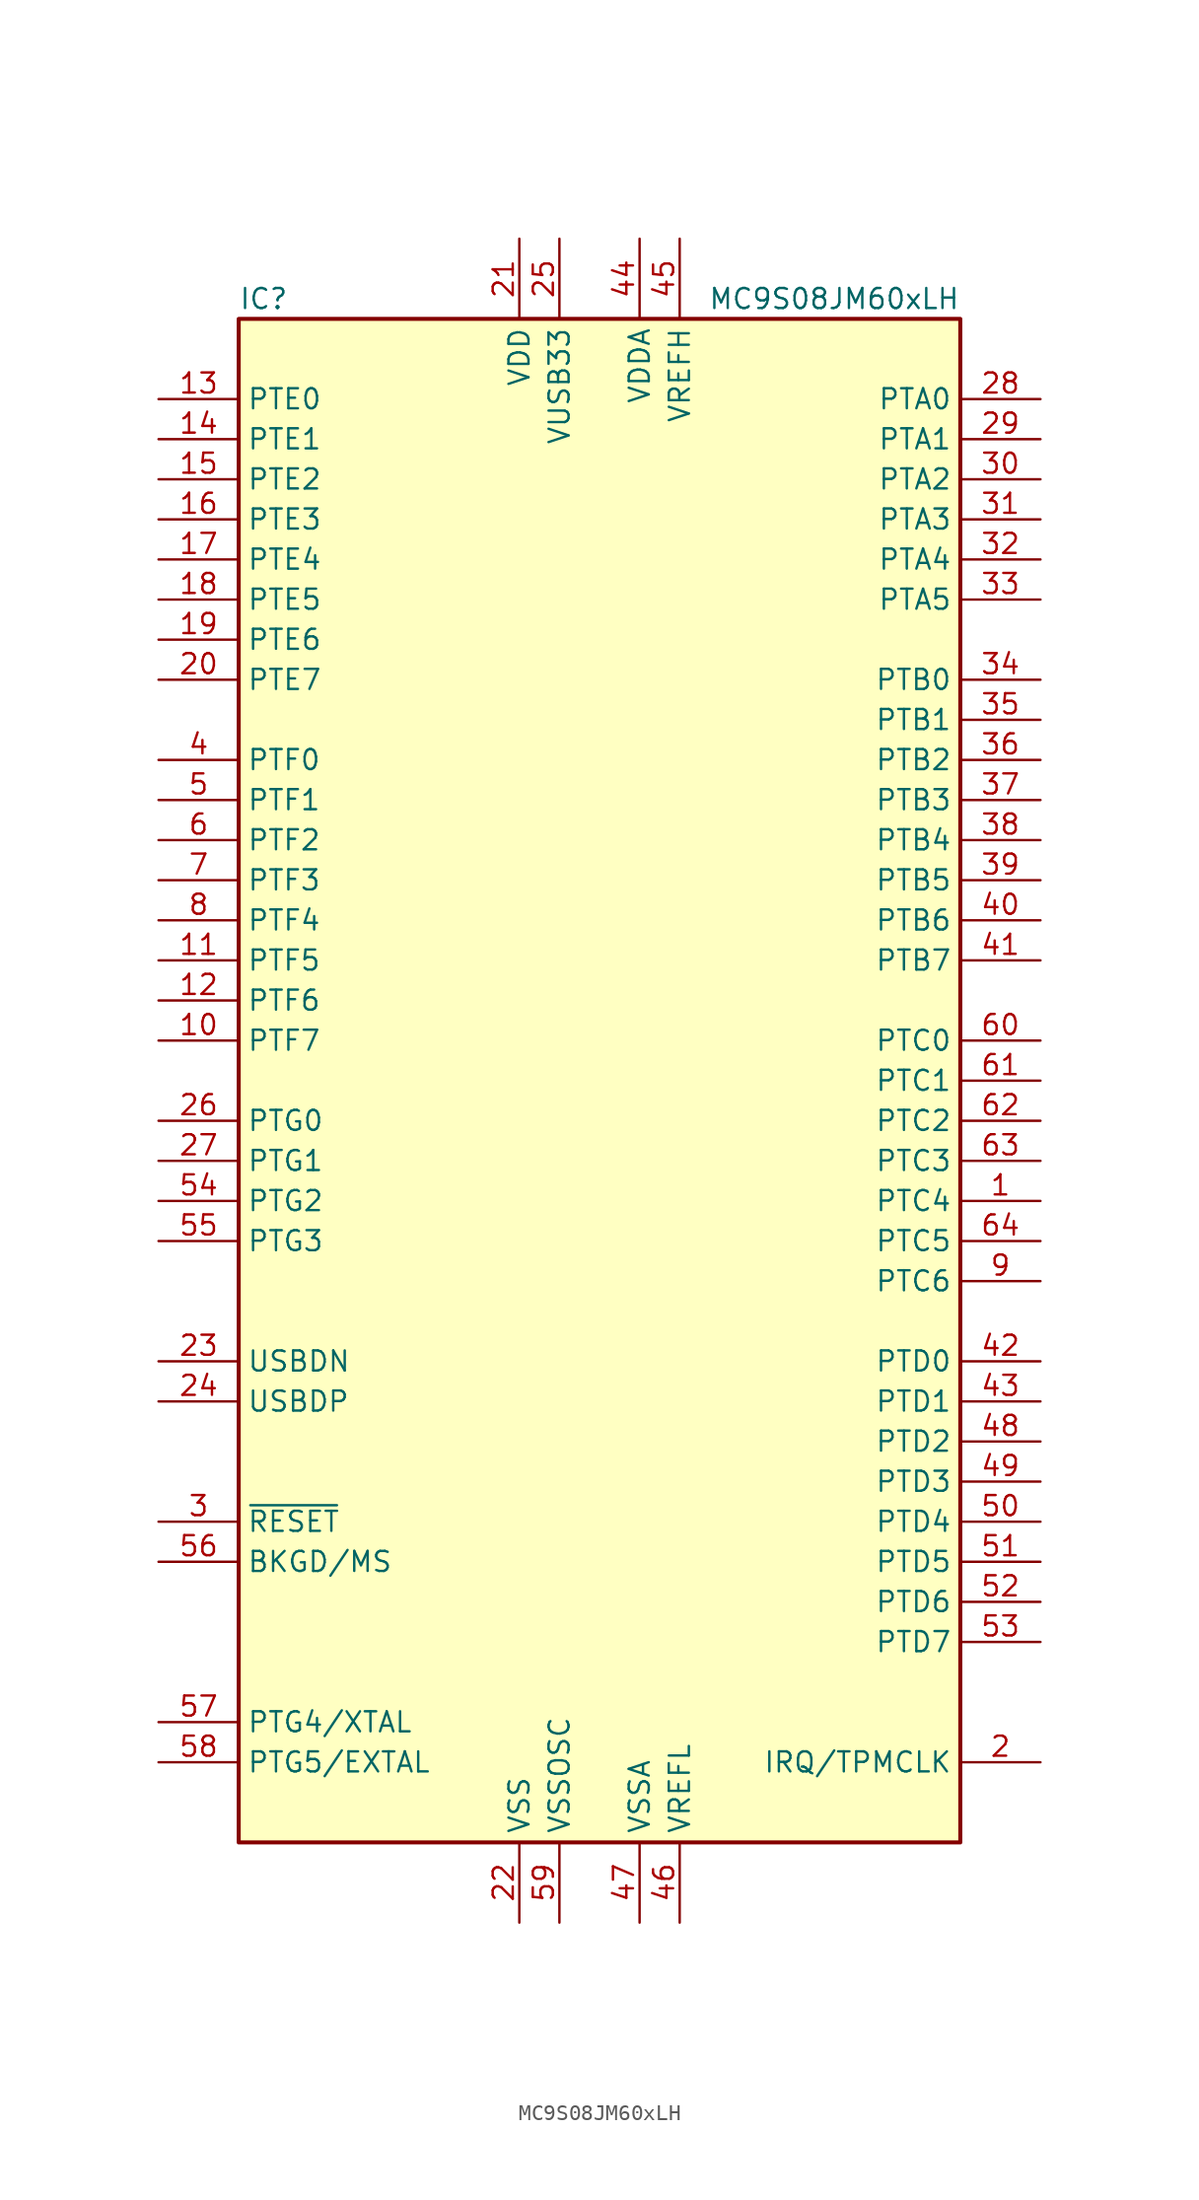
<source format=kicad_sym>
(kicad_symbol_lib
  (version 20211014)
  (generator kicad_symbol_editor)
  (symbol "MC9S08JM60xLH"
    (property "Reference" "IC"
      (at -22.86 49.53 0)
      (effects (font (size 1.27 1.27)) (justify left)))
    (property "Value" "MC9S08JM60xLH"
      (at 22.86 49.53 0)
      (effects (font (size 1.27 1.27)) (justify right)))
    (symbol "MC9S08JM60xLH_0_1"
      (rectangle (start -22.86 48.26) (end 22.86 -48.26) (stroke (width 0.254) (type default) (color 0 0 0 0)) (fill (type background))))
    (symbol "MC9S08JM60xLH_1_1"
      (pin bidirectional line (at 27.94 -7.62 180) (length 5.08) (name "PTC4" (effects (font (size 1.27 1.27)))) (number "1" (effects (font (size 1.27 1.27)))))
      (pin bidirectional line (at -27.94 2.54 0) (length 5.08) (name "PTF7" (effects (font (size 1.27 1.27)))) (number "10" (effects (font (size 1.27 1.27)))))
      (pin bidirectional line (at -27.94 7.62 0) (length 5.08) (name "PTF5" (effects (font (size 1.27 1.27)))) (number "11" (effects (font (size 1.27 1.27)))))
      (pin bidirectional line (at -27.94 5.08 0) (length 5.08) (name "PTF6" (effects (font (size 1.27 1.27)))) (number "12" (effects (font (size 1.27 1.27)))))
      (pin bidirectional line (at -27.94 43.18 0) (length 5.08) (name "PTE0" (effects (font (size 1.27 1.27)))) (number "13" (effects (font (size 1.27 1.27)))))
      (pin bidirectional line (at -27.94 40.64 0) (length 5.08) (name "PTE1" (effects (font (size 1.27 1.27)))) (number "14" (effects (font (size 1.27 1.27)))))
      (pin bidirectional line (at -27.94 38.1 0) (length 5.08) (name "PTE2" (effects (font (size 1.27 1.27)))) (number "15" (effects (font (size 1.27 1.27)))))
      (pin bidirectional line (at -27.94 35.56 0) (length 5.08) (name "PTE3" (effects (font (size 1.27 1.27)))) (number "16" (effects (font (size 1.27 1.27)))))
      (pin bidirectional line (at -27.94 33.02 0) (length 5.08) (name "PTE4" (effects (font (size 1.27 1.27)))) (number "17" (effects (font (size 1.27 1.27)))))
      (pin bidirectional line (at -27.94 30.48 0) (length 5.08) (name "PTE5" (effects (font (size 1.27 1.27)))) (number "18" (effects (font (size 1.27 1.27)))))
      (pin bidirectional line (at -27.94 27.94 0) (length 5.08) (name "PTE6" (effects (font (size 1.27 1.27)))) (number "19" (effects (font (size 1.27 1.27)))))
      (pin bidirectional line (at 27.94 -43.18 180) (length 5.08) (name "IRQ/TPMCLK" (effects (font (size 1.27 1.27)))) (number "2" (effects (font (size 1.27 1.27)))))
      (pin bidirectional line (at -27.94 25.4 0) (length 5.08) (name "PTE7" (effects (font (size 1.27 1.27)))) (number "20" (effects (font (size 1.27 1.27)))))
      (pin power_in line (at -5.08 53.34 270) (length 5.08) (name "VDD" (effects (font (size 1.27 1.27)))) (number "21" (effects (font (size 1.27 1.27)))))
      (pin power_in line (at -5.08 -53.34 90) (length 5.08) (name "VSS" (effects (font (size 1.27 1.27)))) (number "22" (effects (font (size 1.27 1.27)))))
      (pin bidirectional line (at -27.94 -17.78 0) (length 5.08) (name "USBDN" (effects (font (size 1.27 1.27)))) (number "23" (effects (font (size 1.27 1.27)))))
      (pin bidirectional line (at -27.94 -20.32 0) (length 5.08) (name "USBDP" (effects (font (size 1.27 1.27)))) (number "24" (effects (font (size 1.27 1.27)))))
      (pin power_out line (at -2.54 53.34 270) (length 5.08) (name "VUSB33" (effects (font (size 1.27 1.27)))) (number "25" (effects (font (size 1.27 1.27)))))
      (pin bidirectional line (at -27.94 -2.54 0) (length 5.08) (name "PTG0" (effects (font (size 1.27 1.27)))) (number "26" (effects (font (size 1.27 1.27)))))
      (pin bidirectional line (at -27.94 -5.08 0) (length 5.08) (name "PTG1" (effects (font (size 1.27 1.27)))) (number "27" (effects (font (size 1.27 1.27)))))
      (pin bidirectional line (at 27.94 43.18 180) (length 5.08) (name "PTA0" (effects (font (size 1.27 1.27)))) (number "28" (effects (font (size 1.27 1.27)))))
      (pin bidirectional line (at 27.94 40.64 180) (length 5.08) (name "PTA1" (effects (font (size 1.27 1.27)))) (number "29" (effects (font (size 1.27 1.27)))))
      (pin input line (at -27.94 -27.94 0) (length 5.08) (name "~{RESET}" (effects (font (size 1.27 1.27)))) (number "3" (effects (font (size 1.27 1.27)))))
      (pin bidirectional line (at 27.94 38.1 180) (length 5.08) (name "PTA2" (effects (font (size 1.27 1.27)))) (number "30" (effects (font (size 1.27 1.27)))))
      (pin bidirectional line (at 27.94 35.56 180) (length 5.08) (name "PTA3" (effects (font (size 1.27 1.27)))) (number "31" (effects (font (size 1.27 1.27)))))
      (pin bidirectional line (at 27.94 33.02 180) (length 5.08) (name "PTA4" (effects (font (size 1.27 1.27)))) (number "32" (effects (font (size 1.27 1.27)))))
      (pin bidirectional line (at 27.94 30.48 180) (length 5.08) (name "PTA5" (effects (font (size 1.27 1.27)))) (number "33" (effects (font (size 1.27 1.27)))))
      (pin bidirectional line (at 27.94 25.4 180) (length 5.08) (name "PTB0" (effects (font (size 1.27 1.27)))) (number "34" (effects (font (size 1.27 1.27)))))
      (pin bidirectional line (at 27.94 22.86 180) (length 5.08) (name "PTB1" (effects (font (size 1.27 1.27)))) (number "35" (effects (font (size 1.27 1.27)))))
      (pin bidirectional line (at 27.94 20.32 180) (length 5.08) (name "PTB2" (effects (font (size 1.27 1.27)))) (number "36" (effects (font (size 1.27 1.27)))))
      (pin bidirectional line (at 27.94 17.78 180) (length 5.08) (name "PTB3" (effects (font (size 1.27 1.27)))) (number "37" (effects (font (size 1.27 1.27)))))
      (pin bidirectional line (at 27.94 15.24 180) (length 5.08) (name "PTB4" (effects (font (size 1.27 1.27)))) (number "38" (effects (font (size 1.27 1.27)))))
      (pin bidirectional line (at 27.94 12.7 180) (length 5.08) (name "PTB5" (effects (font (size 1.27 1.27)))) (number "39" (effects (font (size 1.27 1.27)))))
      (pin bidirectional line (at -27.94 20.32 0) (length 5.08) (name "PTF0" (effects (font (size 1.27 1.27)))) (number "4" (effects (font (size 1.27 1.27)))))
      (pin bidirectional line (at 27.94 10.16 180) (length 5.08) (name "PTB6" (effects (font (size 1.27 1.27)))) (number "40" (effects (font (size 1.27 1.27)))))
      (pin bidirectional line (at 27.94 7.62 180) (length 5.08) (name "PTB7" (effects (font (size 1.27 1.27)))) (number "41" (effects (font (size 1.27 1.27)))))
      (pin bidirectional line (at 27.94 -17.78 180) (length 5.08) (name "PTD0" (effects (font (size 1.27 1.27)))) (number "42" (effects (font (size 1.27 1.27)))))
      (pin bidirectional line (at 27.94 -20.32 180) (length 5.08) (name "PTD1" (effects (font (size 1.27 1.27)))) (number "43" (effects (font (size 1.27 1.27)))))
      (pin power_in line (at 2.54 53.34 270) (length 5.08) (name "VDDA" (effects (font (size 1.27 1.27)))) (number "44" (effects (font (size 1.27 1.27)))))
      (pin power_in line (at 5.08 53.34 270) (length 5.08) (name "VREFH" (effects (font (size 1.27 1.27)))) (number "45" (effects (font (size 1.27 1.27)))))
      (pin power_in line (at 5.08 -53.34 90) (length 5.08) (name "VREFL" (effects (font (size 1.27 1.27)))) (number "46" (effects (font (size 1.27 1.27)))))
      (pin power_in line (at 2.54 -53.34 90) (length 5.08) (name "VSSA" (effects (font (size 1.27 1.27)))) (number "47" (effects (font (size 1.27 1.27)))))
      (pin bidirectional line (at 27.94 -22.86 180) (length 5.08) (name "PTD2" (effects (font (size 1.27 1.27)))) (number "48" (effects (font (size 1.27 1.27)))))
      (pin bidirectional line (at 27.94 -25.4 180) (length 5.08) (name "PTD3" (effects (font (size 1.27 1.27)))) (number "49" (effects (font (size 1.27 1.27)))))
      (pin bidirectional line (at -27.94 17.78 0) (length 5.08) (name "PTF1" (effects (font (size 1.27 1.27)))) (number "5" (effects (font (size 1.27 1.27)))))
      (pin bidirectional line (at 27.94 -27.94 180) (length 5.08) (name "PTD4" (effects (font (size 1.27 1.27)))) (number "50" (effects (font (size 1.27 1.27)))))
      (pin bidirectional line (at 27.94 -30.48 180) (length 5.08) (name "PTD5" (effects (font (size 1.27 1.27)))) (number "51" (effects (font (size 1.27 1.27)))))
      (pin bidirectional line (at 27.94 -33.02 180) (length 5.08) (name "PTD6" (effects (font (size 1.27 1.27)))) (number "52" (effects (font (size 1.27 1.27)))))
      (pin bidirectional line (at 27.94 -35.56 180) (length 5.08) (name "PTD7" (effects (font (size 1.27 1.27)))) (number "53" (effects (font (size 1.27 1.27)))))
      (pin bidirectional line (at -27.94 -7.62 0) (length 5.08) (name "PTG2" (effects (font (size 1.27 1.27)))) (number "54" (effects (font (size 1.27 1.27)))))
      (pin bidirectional line (at -27.94 -10.16 0) (length 5.08) (name "PTG3" (effects (font (size 1.27 1.27)))) (number "55" (effects (font (size 1.27 1.27)))))
      (pin bidirectional line (at -27.94 -30.48 0) (length 5.08) (name "BKGD/MS" (effects (font (size 1.27 1.27)))) (number "56" (effects (font (size 1.27 1.27)))))
      (pin bidirectional line (at -27.94 -40.64 0) (length 5.08) (name "PTG4/XTAL" (effects (font (size 1.27 1.27)))) (number "57" (effects (font (size 1.27 1.27)))))
      (pin bidirectional line (at -27.94 -43.18 0) (length 5.08) (name "PTG5/EXTAL" (effects (font (size 1.27 1.27)))) (number "58" (effects (font (size 1.27 1.27)))))
      (pin power_in line (at -2.54 -53.34 90) (length 5.08) (name "VSSOSC" (effects (font (size 1.27 1.27)))) (number "59" (effects (font (size 1.27 1.27)))))
      (pin bidirectional line (at -27.94 15.24 0) (length 5.08) (name "PTF2" (effects (font (size 1.27 1.27)))) (number "6" (effects (font (size 1.27 1.27)))))
      (pin bidirectional line (at 27.94 2.54 180) (length 5.08) (name "PTC0" (effects (font (size 1.27 1.27)))) (number "60" (effects (font (size 1.27 1.27)))))
      (pin bidirectional line (at 27.94 0 180) (length 5.08) (name "PTC1" (effects (font (size 1.27 1.27)))) (number "61" (effects (font (size 1.27 1.27)))))
      (pin bidirectional line (at 27.94 -2.54 180) (length 5.08) (name "PTC2" (effects (font (size 1.27 1.27)))) (number "62" (effects (font (size 1.27 1.27)))))
      (pin bidirectional line (at 27.94 -5.08 180) (length 5.08) (name "PTC3" (effects (font (size 1.27 1.27)))) (number "63" (effects (font (size 1.27 1.27)))))
      (pin bidirectional line (at 27.94 -10.16 180) (length 5.08) (name "PTC5" (effects (font (size 1.27 1.27)))) (number "64" (effects (font (size 1.27 1.27)))))
      (pin bidirectional line (at -27.94 12.7 0) (length 5.08) (name "PTF3" (effects (font (size 1.27 1.27)))) (number "7" (effects (font (size 1.27 1.27)))))
      (pin bidirectional line (at -27.94 10.16 0) (length 5.08) (name "PTF4" (effects (font (size 1.27 1.27)))) (number "8" (effects (font (size 1.27 1.27)))))
      (pin bidirectional line (at 27.94 -12.7 180) (length 5.08) (name "PTC6" (effects (font (size 1.27 1.27)))) (number "9" (effects (font (size 1.27 1.27))))))))
</source>
